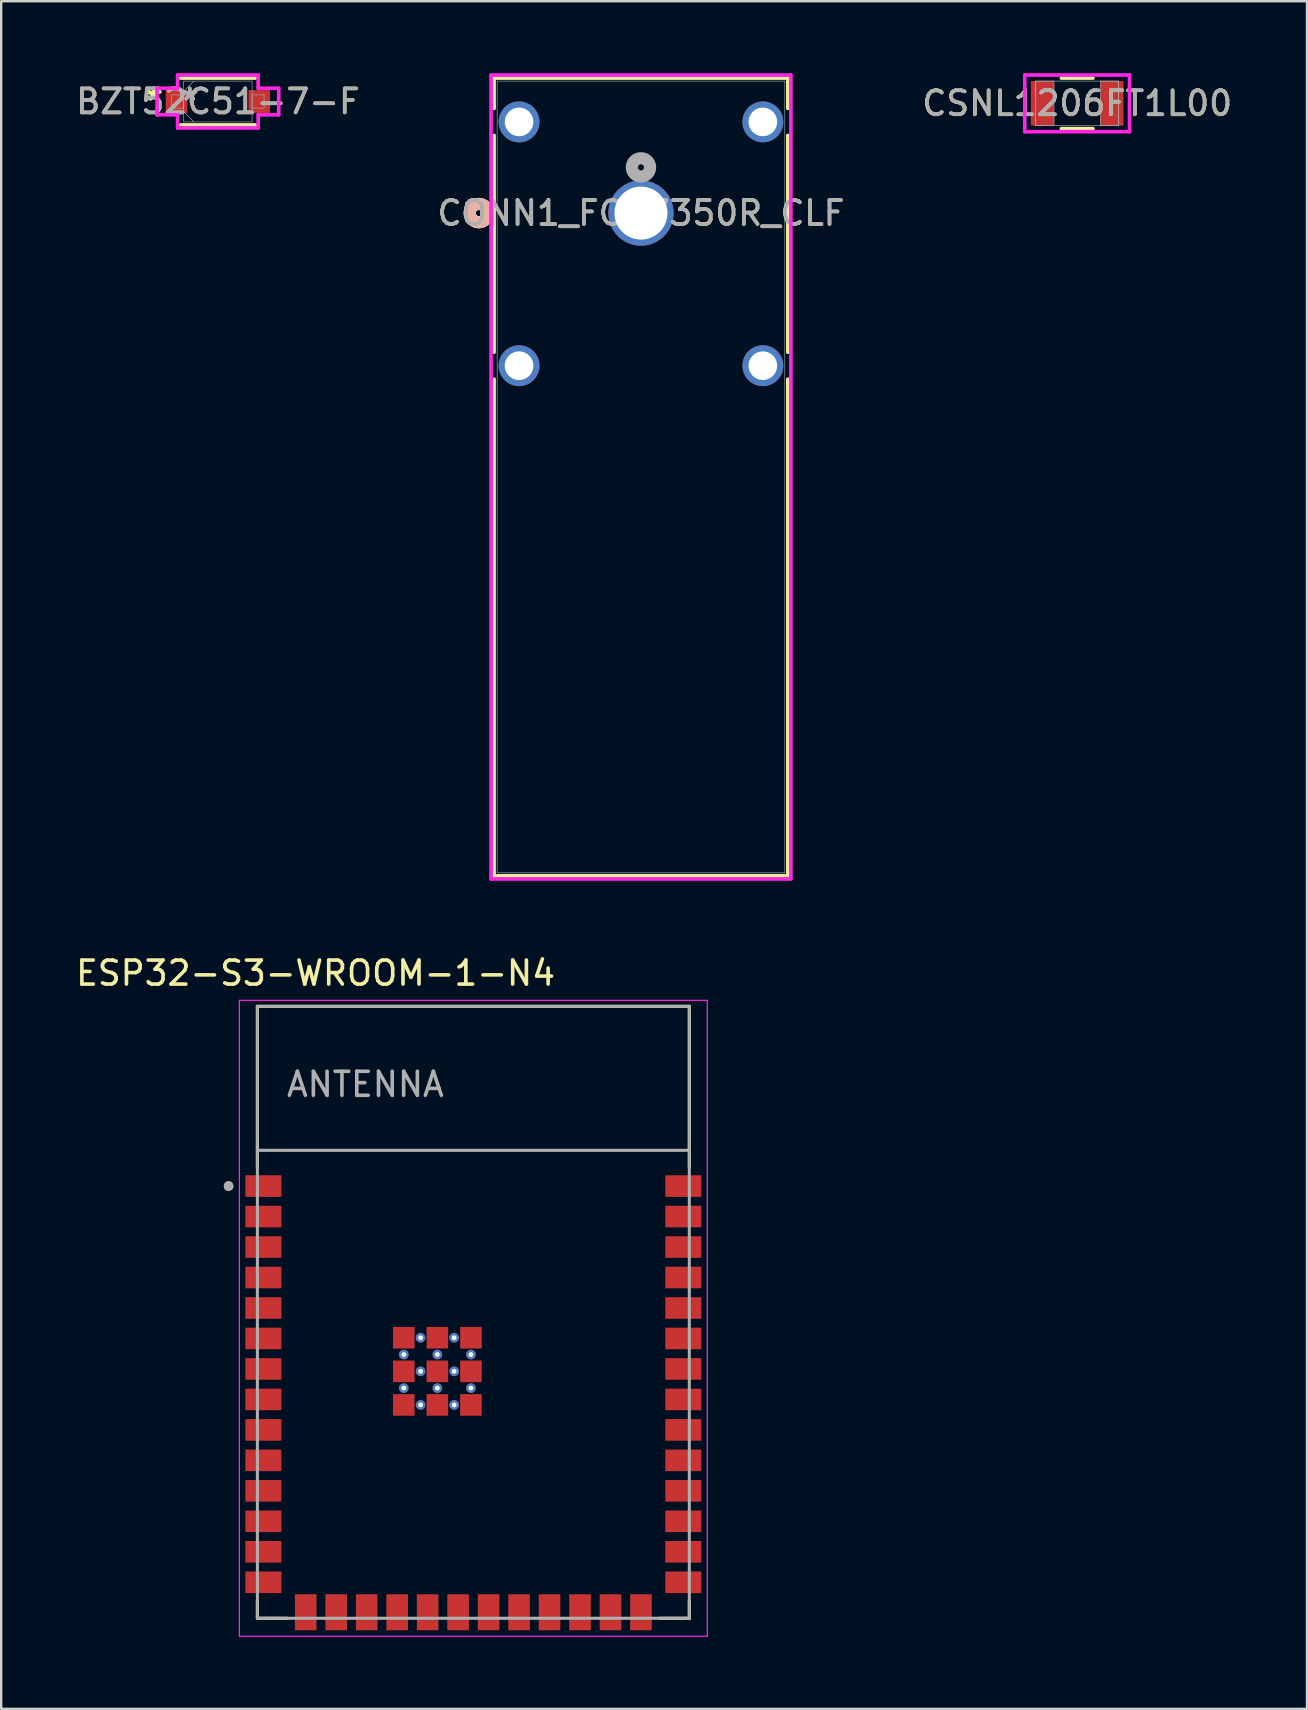
<source format=kicad_pcb>
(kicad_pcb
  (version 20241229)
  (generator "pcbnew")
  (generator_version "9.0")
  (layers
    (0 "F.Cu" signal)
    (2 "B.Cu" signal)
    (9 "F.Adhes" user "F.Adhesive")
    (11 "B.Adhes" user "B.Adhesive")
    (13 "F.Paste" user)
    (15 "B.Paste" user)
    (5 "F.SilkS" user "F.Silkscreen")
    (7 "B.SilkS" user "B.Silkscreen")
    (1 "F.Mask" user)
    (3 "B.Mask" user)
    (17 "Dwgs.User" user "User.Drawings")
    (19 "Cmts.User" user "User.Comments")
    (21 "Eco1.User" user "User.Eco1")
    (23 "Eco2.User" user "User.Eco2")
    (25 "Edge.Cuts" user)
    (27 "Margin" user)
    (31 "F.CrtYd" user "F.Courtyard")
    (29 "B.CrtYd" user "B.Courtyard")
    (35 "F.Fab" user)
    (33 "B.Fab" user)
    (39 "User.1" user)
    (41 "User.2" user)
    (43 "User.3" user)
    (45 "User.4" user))
  (footprint "CONN1_FCR7350R_CLF"
    (layer "F.Cu")
    (at 23.661 5.83)
    (property "Reference" "CONN1_FCR7350R_CLF" (at 0 0 0) (unlocked yes) (layer "F.SilkS") (effects (font (size 1 1) (thickness 0.15))))
    (attr through_hole)
    (fp_line (start -6.121 -5.627) (end -6.121 -4.363) (stroke (width 0.152) (type solid)) (layer "F.SilkS"))
    (fp_line (start -6.121 -3.237) (end -6.121 5.797) (stroke (width 0.152) (type solid)) (layer "F.SilkS"))
    (fp_line (start -6.121 6.923) (end -6.121 27.622) (stroke (width 0.152) (type solid)) (layer "F.SilkS"))
    (fp_line (start -6.121 27.622) (end 6.121 27.622) (stroke (width 0.152) (type solid)) (layer "F.SilkS"))
    (fp_line (start 6.121 -5.627) (end -6.121 -5.627) (stroke (width 0.152) (type solid)) (layer "F.SilkS"))
    (fp_line (start 6.121 -4.363) (end 6.121 -5.627) (stroke (width 0.152) (type solid)) (layer "F.SilkS"))
    (fp_line (start 6.121 5.797) (end 6.121 -3.237) (stroke (width 0.152) (type solid)) (layer "F.SilkS"))
    (fp_line (start 6.121 27.622) (end 6.121 6.923) (stroke (width 0.152) (type solid)) (layer "F.SilkS"))
    (fp_circle (center -6.756 0) (end -6.375 0) (stroke (width 0.508) (type solid)) (fill no) (layer "F.SilkS"))
    (fp_circle (center -6.756 0) (end -6.375 0) (stroke (width 0.508) (type solid)) (fill no) (layer "B.SilkS"))
    (fp_line (start -6.248 -5.754) (end -6.248 27.749) (stroke (width 0.152) (type solid)) (layer "F.CrtYd"))
    (fp_line (start -6.248 27.749) (end 6.248 27.749) (stroke (width 0.152) (type solid)) (layer "F.CrtYd"))
    (fp_line (start 6.248 -5.754) (end -6.248 -5.754) (stroke (width 0.152) (type solid)) (layer "F.CrtYd"))
    (fp_line (start 6.248 27.749) (end 6.248 -5.754) (stroke (width 0.152) (type solid)) (layer "F.CrtYd"))
    (fp_line (start -5.994 -5.5) (end -5.994 27.495) (stroke (width 0.025) (type solid)) (layer "F.Fab"))
    (fp_line (start -5.994 27.495) (end 5.994 27.495) (stroke (width 0.025) (type solid)) (layer "F.Fab"))
    (fp_line (start 5.994 -5.5) (end -5.994 -5.5) (stroke (width 0.025) (type solid)) (layer "F.Fab"))
    (fp_line (start 5.994 27.495) (end 5.994 -5.5) (stroke (width 0.025) (type solid)) (layer "F.Fab"))
    (fp_circle (center 0 -1.905) (end 0.381 -1.905) (stroke (width 0.508) (type solid)) (fill no) (layer "F.Fab"))
    (fp_text user "${REFERENCE}" (at 0 0 0) (unlocked yes) (layer "F.Fab") (effects (font (size 1 1) (thickness 0.15))))
    (pad "1" thru_hole circle (at 0 0) (size 2.718 2.718) (drill 2.21) (layers "*.Cu" "*.Mask"))
    (pad "2" thru_hole circle (at -5.08 -3.8 90) (size 1.702 1.702) (drill 1.194) (layers "*.Cu" "*.Mask"))
    (pad "3" thru_hole circle (at 5.08 -3.8 90) (size 1.702 1.702) (drill 1.194) (layers "*.Cu" "*.Mask"))
    (pad "4" thru_hole circle (at -5.08 6.36 90) (size 1.702 1.702) (drill 1.194) (layers "*.Cu" "*.Mask"))
    (pad "5" thru_hole circle (at 5.08 6.36 90) (size 1.702 1.702) (drill 1.194) (layers "*.Cu" "*.Mask")))
  (footprint "CSNL1206FT1L00"
    (layer "F.Cu")
    (at 41.839 1.257)
    (property "Reference" "CSNL1206FT1L00" (at 0 0 0) (unlocked yes) (layer "F.SilkS") (effects (font (size 1 1) (thickness 0.15))))
    (attr smd)
    (fp_line (start -0.658 1.054) (end 0.658 1.054) (stroke (width 0.152) (type solid)) (layer "F.SilkS"))
    (fp_line (start 0.658 -1.054) (end -0.658 -1.054) (stroke (width 0.152) (type solid)) (layer "F.SilkS"))
    (fp_line (start -2.184 -1.181) (end 2.184 -1.181) (stroke (width 0.152) (type solid)) (layer "F.CrtYd"))
    (fp_line (start -2.184 1.181) (end -2.184 -1.181) (stroke (width 0.152) (type solid)) (layer "F.CrtYd"))
    (fp_line (start 2.184 -1.181) (end 2.184 1.181) (stroke (width 0.152) (type solid)) (layer "F.CrtYd"))
    (fp_line (start 2.184 1.181) (end -2.184 1.181) (stroke (width 0.152) (type solid)) (layer "F.CrtYd"))
    (fp_line (start -1.727 -0.927) (end -1.727 0.927) (stroke (width 0.025) (type solid)) (layer "F.Fab"))
    (fp_line (start -1.727 -0.927) (end -1.727 0.927) (stroke (width 0.025) (type solid)) (layer "F.Fab"))
    (fp_line (start -1.727 0.927) (end -0.965 0.927) (stroke (width 0.025) (type solid)) (layer "F.Fab"))
    (fp_line (start -1.727 0.927) (end 1.727 0.927) (stroke (width 0.025) (type solid)) (layer "F.Fab"))
    (fp_line (start -0.965 -0.927) (end -1.727 -0.927) (stroke (width 0.025) (type solid)) (layer "F.Fab"))
    (fp_line (start -0.965 0.927) (end -0.965 -0.927) (stroke (width 0.025) (type solid)) (layer "F.Fab"))
    (fp_line (start 0.965 -0.927) (end 0.965 0.927) (stroke (width 0.025) (type solid)) (layer "F.Fab"))
    (fp_line (start 0.965 0.927) (end 1.727 0.927) (stroke (width 0.025) (type solid)) (layer "F.Fab"))
    (fp_line (start 1.727 -0.927) (end -1.727 -0.927) (stroke (width 0.025) (type solid)) (layer "F.Fab"))
    (fp_line (start 1.727 -0.927) (end 0.965 -0.927) (stroke (width 0.025) (type solid)) (layer "F.Fab"))
    (fp_line (start 1.727 0.927) (end 1.727 -0.927) (stroke (width 0.025) (type solid)) (layer "F.Fab"))
    (fp_line (start 1.727 0.927) (end 1.727 -0.927) (stroke (width 0.025) (type solid)) (layer "F.Fab"))
    (fp_text user "${REFERENCE}" (at 0 0 0) (unlocked yes) (layer "F.Fab") (effects (font (size 1 1) (thickness 0.15))))
    (pad "1" smd rect (at -1.448 0) (size 0.965 1.854) (layers "F.Cu" "F.Mask" "F.Paste"))
    (pad "2" smd rect (at 1.448 0) (size 0.965 1.854) (layers "F.Cu" "F.Mask" "F.Paste"))
    (zone (net_name "") (layer "F.Cu") (hatch full 0.508) (connect_pads) (min_thickness 0.254) (filled_areas_thickness no) (keepout (tracks not_allowed) (vias not_allowed) (pads allowed) (copperpour not_allowed) (footprints allowed)) (placement (enabled no)) (fill) (polygon (pts (xy 40.925 0.381) (xy 42.754 0.381) (xy 42.754 2.134) (xy 40.925 2.134)))))
  (footprint "BZT52C51-7-F"
    (layer "F.Cu")
    (at 6.03 1.18)
    (property "Reference" "BZT52C51-7-F" (at 0 0 0) (unlocked yes) (layer "F.SilkS") (effects (font (size 1 1) (thickness 0.15))))
    (attr smd)
    (fp_line (start -1.552 0.977) (end 1.552 0.977) (stroke (width 0.152) (type solid)) (layer "F.SilkS"))
    (fp_line (start 1.552 -0.977) (end -1.552 -0.977) (stroke (width 0.152) (type solid)) (layer "F.SilkS"))
    (fp_line (start -2.535 -0.554) (end -1.679 -0.554) (stroke (width 0.152) (type solid)) (layer "F.CrtYd"))
    (fp_line (start -2.535 0.554) (end -2.535 -0.554) (stroke (width 0.152) (type solid)) (layer "F.CrtYd"))
    (fp_line (start -1.679 -1.104) (end 1.679 -1.104) (stroke (width 0.152) (type solid)) (layer "F.CrtYd"))
    (fp_line (start -1.679 -0.554) (end -1.679 -1.104) (stroke (width 0.152) (type solid)) (layer "F.CrtYd"))
    (fp_line (start -1.679 0.554) (end -2.535 0.554) (stroke (width 0.152) (type solid)) (layer "F.CrtYd"))
    (fp_line (start -1.679 1.104) (end -1.679 0.554) (stroke (width 0.152) (type solid)) (layer "F.CrtYd"))
    (fp_line (start 1.679 -1.104) (end 1.679 -0.554) (stroke (width 0.152) (type solid)) (layer "F.CrtYd"))
    (fp_line (start 1.679 -0.554) (end 2.535 -0.554) (stroke (width 0.152) (type solid)) (layer "F.CrtYd"))
    (fp_line (start 1.679 0.554) (end 1.679 1.104) (stroke (width 0.152) (type solid)) (layer "F.CrtYd"))
    (fp_line (start 1.679 1.104) (end -1.679 1.104) (stroke (width 0.152) (type solid)) (layer "F.CrtYd"))
    (fp_line (start 2.535 -0.554) (end 2.535 0.554) (stroke (width 0.152) (type solid)) (layer "F.CrtYd"))
    (fp_line (start 2.535 0.554) (end 1.679 0.554) (stroke (width 0.152) (type solid)) (layer "F.CrtYd"))
    (fp_line (start -1.925 -0.275) (end -1.925 0.275) (stroke (width 0.025) (type solid)) (layer "F.Fab"))
    (fp_line (start -1.925 0.275) (end -1.425 0.275) (stroke (width 0.025) (type solid)) (layer "F.Fab"))
    (fp_line (start -1.425 -0.85) (end -1.425 0.85) (stroke (width 0.025) (type solid)) (layer "F.Fab"))
    (fp_line (start -1.425 -0.425) (end -1 -0.85) (stroke (width 0.025) (type solid)) (layer "F.Fab"))
    (fp_line (start -1.425 -0.275) (end -1.925 -0.275) (stroke (width 0.025) (type solid)) (layer "F.Fab"))
    (fp_line (start -1.425 0.275) (end -1.425 -0.275) (stroke (width 0.025) (type solid)) (layer "F.Fab"))
    (fp_line (start -1.425 0.425) (end -1 0.85) (stroke (width 0.025) (type solid)) (layer "F.Fab"))
    (fp_line (start -1.425 0.85) (end 1.425 0.85) (stroke (width 0.025) (type solid)) (layer "F.Fab"))
    (fp_line (start 1.425 -0.85) (end -1.425 -0.85) (stroke (width 0.025) (type solid)) (layer "F.Fab"))
    (fp_line (start 1.425 -0.275) (end 1.425 0.275) (stroke (width 0.025) (type solid)) (layer "F.Fab"))
    (fp_line (start 1.425 0.275) (end 1.925 0.275) (stroke (width 0.025) (type solid)) (layer "F.Fab"))
    (fp_line (start 1.425 0.85) (end 1.425 -0.85) (stroke (width 0.025) (type solid)) (layer "F.Fab"))
    (fp_line (start 1.925 -0.275) (end 1.425 -0.275) (stroke (width 0.025) (type solid)) (layer "F.Fab"))
    (fp_line (start 1.925 0.275) (end 1.925 -0.275) (stroke (width 0.025) (type solid)) (layer "F.Fab"))
    (fp_text user "*" (at -2.662 0 0) (unlocked yes) (layer "F.SilkS") (effects (font (size 1 1) (thickness 0.15))))
    (fp_text user "*" (at -2.662 0 0) (layer "F.SilkS") (effects (font (size 1 1) (thickness 0.15))))
    (fp_text user "${REFERENCE}" (at 0 0 0) (unlocked yes) (layer "F.Fab") (effects (font (size 1 1) (thickness 0.15))))
    (fp_text user "*" (at -1.171 0 0) (unlocked yes) (layer "F.Fab") (effects (font (size 1 1) (thickness 0.15))))
    (fp_text user "*" (at -1.171 0 0) (layer "F.Fab") (effects (font (size 1 1) (thickness 0.15))))
    (pad "1" smd rect (at -1.725 0) (size 0.9 0.95) (layers "F.Cu" "F.Mask" "F.Paste"))
    (pad "2" smd rect (at 1.725 0) (size 0.9 0.95) (layers "F.Cu" "F.Mask" "F.Paste")))
  (footprint "ESP32-S3-WROOM-1-N4"
    (layer "F.Cu")
    (at 16.676 51.638)
    (property "Reference" "ESP32-S3-WROOM-1-N4" (at -6.575 -14.135 0) (layer "F.SilkS") (effects (font (size 1 1) (thickness 0.15))))
    (attr smd)
    (fp_line (start -9 -12.75) (end 9 -12.75) (stroke (width 0.127) (type solid)) (layer "F.SilkS"))
    (fp_line (start -9 -6.03) (end -9 -12.75) (stroke (width 0.127) (type solid)) (layer "F.SilkS"))
    (fp_line (start -9 12.02) (end -9 12.75) (stroke (width 0.127) (type solid)) (layer "F.SilkS"))
    (fp_line (start -9 12.75) (end -7.755 12.75) (stroke (width 0.127) (type solid)) (layer "F.SilkS"))
    (fp_line (start 9 -12.75) (end 9 -6.03) (stroke (width 0.127) (type solid)) (layer "F.SilkS"))
    (fp_line (start 9 12.02) (end 9 12.75) (stroke (width 0.127) (type solid)) (layer "F.SilkS"))
    (fp_line (start 9 12.75) (end 7.755 12.75) (stroke (width 0.127) (type solid)) (layer "F.SilkS"))
    (fp_circle (center -10.2 -5.26) (end -10.1 -5.26) (stroke (width 0.2) (type solid)) (fill no) (layer "F.SilkS"))
    (fp_line (start -9.75 -13) (end 9.75 -13) (stroke (width 0.05) (type solid)) (layer "F.CrtYd"))
    (fp_line (start -9.75 13.5) (end -9.75 -13) (stroke (width 0.05) (type solid)) (layer "F.CrtYd"))
    (fp_line (start -9.75 13.5) (end 9.75 13.5) (stroke (width 0.05) (type solid)) (layer "F.CrtYd"))
    (fp_line (start 9.75 -13) (end 9.75 13.5) (stroke (width 0.05) (type solid)) (layer "F.CrtYd"))
    (fp_line (start -9 -12.75) (end 9 -12.75) (stroke (width 0.127) (type solid)) (layer "F.Fab"))
    (fp_line (start -9 -6.75) (end -9 -12.75) (stroke (width 0.127) (type solid)) (layer "F.Fab"))
    (fp_line (start -9 -6.75) (end 9 -6.75) (stroke (width 0.127) (type solid)) (layer "F.Fab"))
    (fp_line (start -9 12.75) (end -9 -6.75) (stroke (width 0.127) (type solid)) (layer "F.Fab"))
    (fp_line (start 9 -12.75) (end 9 -6.75) (stroke (width 0.127) (type solid)) (layer "F.Fab"))
    (fp_line (start 9 -6.75) (end 9 12.75) (stroke (width 0.127) (type solid)) (layer "F.Fab"))
    (fp_line (start 9 12.75) (end -9 12.75) (stroke (width 0.127) (type solid)) (layer "F.Fab"))
    (fp_circle (center -10.2 -5.26) (end -10.1 -5.26) (stroke (width 0.2) (type solid)) (fill no) (layer "F.Fab"))
    (fp_text user "ANTENNA" (at -4.5 -9.5 0) (layer "F.Fab") (effects (font (size 1 1) (thickness 0.15))))
    (pad "1" smd rect (at -8.75 -5.26) (size 1.5 0.9) (layers "F.Cu" "F.Mask" "F.Paste"))
    (pad "2" smd rect (at -8.75 -3.99) (size 1.5 0.9) (layers "F.Cu" "F.Mask" "F.Paste"))
    (pad "3" smd rect (at -8.75 -2.72) (size 1.5 0.9) (layers "F.Cu" "F.Mask" "F.Paste"))
    (pad "4" smd rect (at -8.75 -1.45) (size 1.5 0.9) (layers "F.Cu" "F.Mask" "F.Paste"))
    (pad "5" smd rect (at -8.75 -0.18) (size 1.5 0.9) (layers "F.Cu" "F.Mask" "F.Paste"))
    (pad "6" smd rect (at -8.75 1.09) (size 1.5 0.9) (layers "F.Cu" "F.Mask" "F.Paste"))
    (pad "7" smd rect (at -8.75 2.36) (size 1.5 0.9) (layers "F.Cu" "F.Mask" "F.Paste"))
    (pad "8" smd rect (at -8.75 3.63) (size 1.5 0.9) (layers "F.Cu" "F.Mask" "F.Paste"))
    (pad "9" smd rect (at -8.75 4.9) (size 1.5 0.9) (layers "F.Cu" "F.Mask" "F.Paste"))
    (pad "10" smd rect (at -8.75 6.17) (size 1.5 0.9) (layers "F.Cu" "F.Mask" "F.Paste"))
    (pad "11" smd rect (at -8.75 7.44) (size 1.5 0.9) (layers "F.Cu" "F.Mask" "F.Paste"))
    (pad "12" smd rect (at -8.75 8.71) (size 1.5 0.9) (layers "F.Cu" "F.Mask" "F.Paste"))
    (pad "13" smd rect (at -8.75 9.98) (size 1.5 0.9) (layers "F.Cu" "F.Mask" "F.Paste"))
    (pad "14" smd rect (at -8.75 11.25) (size 1.5 0.9) (layers "F.Cu" "F.Mask" "F.Paste"))
    (pad "15" smd rect (at -6.985 12.5) (size 0.9 1.5) (layers "F.Cu" "F.Mask" "F.Paste"))
    (pad "16" smd rect (at -5.715 12.5) (size 0.9 1.5) (layers "F.Cu" "F.Mask" "F.Paste"))
    (pad "17" smd rect (at -4.445 12.5) (size 0.9 1.5) (layers "F.Cu" "F.Mask" "F.Paste"))
    (pad "18" smd rect (at -3.175 12.5) (size 0.9 1.5) (layers "F.Cu" "F.Mask" "F.Paste"))
    (pad "19" smd rect (at -1.905 12.5) (size 0.9 1.5) (layers "F.Cu" "F.Mask" "F.Paste"))
    (pad "20" smd rect (at -0.635 12.5) (size 0.9 1.5) (layers "F.Cu" "F.Mask" "F.Paste"))
    (pad "21" smd rect (at 0.635 12.5) (size 0.9 1.5) (layers "F.Cu" "F.Mask" "F.Paste"))
    (pad "22" smd rect (at 1.905 12.5) (size 0.9 1.5) (layers "F.Cu" "F.Mask" "F.Paste"))
    (pad "23" smd rect (at 3.175 12.5) (size 0.9 1.5) (layers "F.Cu" "F.Mask" "F.Paste"))
    (pad "24" smd rect (at 4.445 12.5) (size 0.9 1.5) (layers "F.Cu" "F.Mask" "F.Paste"))
    (pad "25" smd rect (at 5.715 12.5) (size 0.9 1.5) (layers "F.Cu" "F.Mask" "F.Paste"))
    (pad "26" smd rect (at 6.985 12.5) (size 0.9 1.5) (layers "F.Cu" "F.Mask" "F.Paste"))
    (pad "27" smd rect (at 8.75 11.25) (size 1.5 0.9) (layers "F.Cu" "F.Mask" "F.Paste"))
    (pad "28" smd rect (at 8.75 9.98) (size 1.5 0.9) (layers "F.Cu" "F.Mask" "F.Paste"))
    (pad "29" smd rect (at 8.75 8.71) (size 1.5 0.9) (layers "F.Cu" "F.Mask" "F.Paste"))
    (pad "30" smd rect (at 8.75 7.44) (size 1.5 0.9) (layers "F.Cu" "F.Mask" "F.Paste"))
    (pad "31" smd rect (at 8.75 6.17) (size 1.5 0.9) (layers "F.Cu" "F.Mask" "F.Paste"))
    (pad "32" smd rect (at 8.75 4.9) (size 1.5 0.9) (layers "F.Cu" "F.Mask" "F.Paste"))
    (pad "33" smd rect (at 8.75 3.63) (size 1.5 0.9) (layers "F.Cu" "F.Mask" "F.Paste"))
    (pad "34" smd rect (at 8.75 2.36) (size 1.5 0.9) (layers "F.Cu" "F.Mask" "F.Paste"))
    (pad "35" smd rect (at 8.75 1.09) (size 1.5 0.9) (layers "F.Cu" "F.Mask" "F.Paste"))
    (pad "36" smd rect (at 8.75 -0.18) (size 1.5 0.9) (layers "F.Cu" "F.Mask" "F.Paste"))
    (pad "37" smd rect (at 8.75 -1.45) (size 1.5 0.9) (layers "F.Cu" "F.Mask" "F.Paste"))
    (pad "38" smd rect (at 8.75 -2.72) (size 1.5 0.9) (layers "F.Cu" "F.Mask" "F.Paste"))
    (pad "39" smd rect (at 8.75 -3.99) (size 1.5 0.9) (layers "F.Cu" "F.Mask" "F.Paste"))
    (pad "40" smd rect (at 8.75 -5.26) (size 1.5 0.9) (layers "F.Cu" "F.Mask" "F.Paste"))
    (pad "41_1" smd rect (at -1.5 2.46) (size 0.9 0.9) (layers "F.Cu" "F.Mask" "F.Paste"))
    (pad "41_2" smd rect (at -2.9 2.46) (size 0.9 0.9) (layers "F.Cu" "F.Mask" "F.Paste"))
    (pad "41_3" smd rect (at -0.1 2.46) (size 0.9 0.9) (layers "F.Cu" "F.Mask" "F.Paste"))
    (pad "41_4" smd rect (at -2.9 3.86) (size 0.9 0.9) (layers "F.Cu" "F.Mask" "F.Paste"))
    (pad "41_5" smd rect (at -1.5 3.86) (size 0.9 0.9) (layers "F.Cu" "F.Mask" "F.Paste"))
    (pad "41_6" smd rect (at -0.1 3.86) (size 0.9 0.9) (layers "F.Cu" "F.Mask" "F.Paste"))
    (pad "41_7" smd rect (at -2.9 1.06) (size 0.9 0.9) (layers "F.Cu" "F.Mask" "F.Paste"))
    (pad "41_8" smd rect (at -1.5 1.06) (size 0.9 0.9) (layers "F.Cu" "F.Mask" "F.Paste"))
    (pad "41_9" smd rect (at -0.1 1.06) (size 0.9 0.9) (layers "F.Cu" "F.Mask" "F.Paste"))
    (pad "41_10" thru_hole circle (at -1.5 1.76) (size 0.4 0.4) (drill 0.2) (layers "*.Cu"))
    (pad "41_11" thru_hole circle (at -2.9 1.76) (size 0.4 0.4) (drill 0.2) (layers "*.Cu"))
    (pad "41_12" thru_hole circle (at -0.1 1.76) (size 0.4 0.4) (drill 0.2) (layers "*.Cu"))
    (pad "41_13" thru_hole circle (at -2.9 3.16) (size 0.4 0.4) (drill 0.2) (layers "*.Cu"))
    (pad "41_14" thru_hole circle (at -1.5 3.16) (size 0.4 0.4) (drill 0.2) (layers "*.Cu"))
    (pad "41_15" thru_hole circle (at -0.1 3.16) (size 0.4 0.4) (drill 0.2) (layers "*.Cu"))
    (pad "41_16" thru_hole circle (at -2.2 1.06) (size 0.4 0.4) (drill 0.2) (layers "*.Cu"))
    (pad "41_17" thru_hole circle (at -0.8 1.06) (size 0.4 0.4) (drill 0.2) (layers "*.Cu"))
    (pad "41_18" thru_hole circle (at -2.2 2.46) (size 0.4 0.4) (drill 0.2) (layers "*.Cu"))
    (pad "41_19" thru_hole circle (at -0.8 2.46) (size 0.4 0.4) (drill 0.2) (layers "*.Cu"))
    (pad "41_20" thru_hole circle (at -2.2 3.86) (size 0.4 0.4) (drill 0.2) (layers "*.Cu"))
    (pad "41_21" thru_hole circle (at -0.8 3.86) (size 0.4 0.4) (drill 0.2) (layers "*.Cu"))
    (zone (net_name "") (layer "F.Cu") (hatch full 0.508) (connect_pads) (min_thickness 0.01) (filled_areas_thickness no) (keepout (tracks not_allowed) (vias not_allowed) (pads not_allowed) (copperpour not_allowed) (footprints allowed)) (placement (enabled no)) (fill) (polygon (pts (xy 7.676 38.888) (xy 25.676 38.888) (xy 25.676 44.888) (xy 7.676 44.888))))
    (zone (net_name "") (layers "F.Cu" "B.Cu") (hatch full 0.508) (connect_pads) (min_thickness 0.01) (filled_areas_thickness no) (keepout (tracks allowed) (vias not_allowed) (pads allowed) (copperpour allowed) (footprints allowed)) (placement (enabled no)) (fill) (polygon (pts (xy 7.676 38.888) (xy 25.676 38.888) (xy 25.676 44.888) (xy 7.676 44.888))))
    (zone (net_name "") (layer "B.Cu") (hatch full 0.508) (connect_pads) (min_thickness 0.01) (filled_areas_thickness no) (keepout (tracks not_allowed) (vias not_allowed) (pads not_allowed) (copperpour not_allowed) (footprints allowed)) (placement (enabled no)) (fill) (polygon (pts (xy 7.676 38.888) (xy 25.676 38.888) (xy 25.676 44.888) (xy 7.676 44.888)))))
  (gr_rect
    (start -3 -3)
    (end 51.417 68.163)
    (stroke (width 0.1) (type default))
    (fill no)
    (layer "Edge.Cuts")))
</source>
